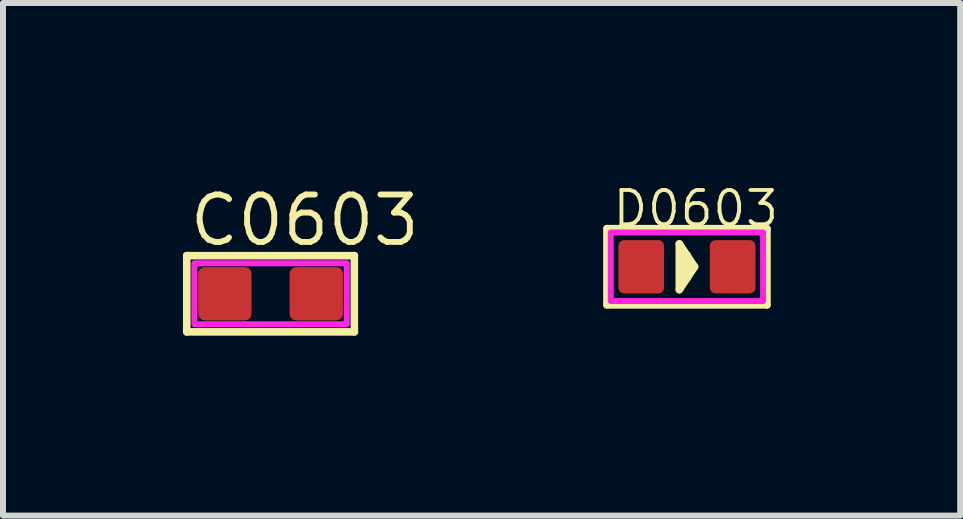
<source format=kicad_pcb>
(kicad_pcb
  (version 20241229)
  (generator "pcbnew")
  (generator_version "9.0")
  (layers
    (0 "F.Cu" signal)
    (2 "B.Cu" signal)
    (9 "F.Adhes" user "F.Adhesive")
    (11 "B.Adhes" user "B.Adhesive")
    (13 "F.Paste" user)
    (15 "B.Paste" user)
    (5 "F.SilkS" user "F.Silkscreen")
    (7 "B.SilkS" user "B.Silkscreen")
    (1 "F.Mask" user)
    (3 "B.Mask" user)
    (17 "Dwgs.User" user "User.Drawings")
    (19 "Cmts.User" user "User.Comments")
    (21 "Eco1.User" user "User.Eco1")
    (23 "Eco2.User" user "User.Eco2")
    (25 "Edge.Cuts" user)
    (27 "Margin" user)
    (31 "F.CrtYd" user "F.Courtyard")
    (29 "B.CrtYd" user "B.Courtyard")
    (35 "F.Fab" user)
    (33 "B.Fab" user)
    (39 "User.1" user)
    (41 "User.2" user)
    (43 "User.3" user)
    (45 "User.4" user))
  (footprint "D0603"
    (layer "F.Cu")
    (at 8.401 1.397)
    (property "Reference" "D0603" (at -1.27 -0.635 0) (layer "F.SilkS") (effects (font (size 0.572 0.572) (thickness 0.064)) (justify left bottom)))
    (fp_line (start -1.333 -0.635) (end 1.333 -0.635) (stroke (width 0.127) (type solid)) (layer "F.SilkS"))
    (fp_line (start -1.333 0.635) (end -1.333 -0.635) (stroke (width 0.127) (type solid)) (layer "F.SilkS"))
    (fp_line (start -0.127 -0.381) (end -0.127 0.381) (stroke (width 0.127) (type solid)) (layer "F.SilkS"))
    (fp_line (start -0.127 0.381) (end 0 0.191) (stroke (width 0.127) (type solid)) (layer "F.SilkS"))
    (fp_line (start -0.064 -0.254) (end -0.064 0.254) (stroke (width 0.127) (type solid)) (layer "F.SilkS"))
    (fp_line (start 0 -0.191) (end -0.127 -0.381) (stroke (width 0.127) (type solid)) (layer "F.SilkS"))
    (fp_line (start 0 -0.191) (end 0 0.191) (stroke (width 0.127) (type solid)) (layer "F.SilkS"))
    (fp_line (start 0 0.191) (end 0.127 0) (stroke (width 0.127) (type solid)) (layer "F.SilkS"))
    (fp_line (start 0.127 0) (end 0 -0.191) (stroke (width 0.127) (type solid)) (layer "F.SilkS"))
    (fp_line (start 1.333 -0.635) (end 1.333 0.635) (stroke (width 0.127) (type solid)) (layer "F.SilkS"))
    (fp_line (start 1.333 0.635) (end -1.333 0.635) (stroke (width 0.127) (type solid)) (layer "F.SilkS"))
    (fp_poly (pts (xy -1.27 0.572) (xy 1.27 0.572) (xy 1.27 -0.572) (xy -1.27 -0.572)) (stroke (width 0.1) (type default)) (fill no) (layer "F.CrtYd"))
    (pad "+" smd roundrect (at -0.762 0) (size 0.762 0.889) (layers "F.Cu" "F.Mask" "F.Paste") (roundrect_rratio 0.125))
    (pad "-" smd roundrect (at 0.762 0) (size 0.762 0.889) (layers "F.Cu" "F.Mask" "F.Paste") (roundrect_rratio 0.125)))
  (footprint "C0603"
    (layer "F.Cu")
    (at 1.46 1.847)
    (property "Reference" "C0603" (at -1.397 -0.762 0) (layer "F.SilkS") (effects (font (size 0.791 0.791) (thickness 0.098)) (justify left bottom)))
    (fp_line (start -1.397 -0.635) (end 1.397 -0.635) (stroke (width 0.127) (type solid)) (layer "F.SilkS"))
    (fp_line (start -1.397 0.635) (end -1.397 -0.635) (stroke (width 0.127) (type solid)) (layer "F.SilkS"))
    (fp_line (start 1.397 -0.635) (end 1.397 0.635) (stroke (width 0.127) (type solid)) (layer "F.SilkS"))
    (fp_line (start 1.397 0.635) (end -1.397 0.635) (stroke (width 0.127) (type solid)) (layer "F.SilkS"))
    (fp_poly (pts (xy -1.27 0.508) (xy 1.27 0.508) (xy 1.27 -0.508) (xy -1.27 -0.508)) (stroke (width 0.1) (type default)) (fill no) (layer "F.CrtYd"))
    (fp_text user "${REFERENCE}" (at -1.27 0.254 0) (layer "F.Mask") (effects (font (size 0.572 0.572) (thickness 0.064)) (justify left bottom)))
    (pad "1" smd roundrect (at -0.762 0) (size 0.889 0.889) (layers "F.Cu" "F.Mask" "F.Paste") (roundrect_rratio 0.125))
    (pad "2" smd roundrect (at 0.762 0) (size 0.889 0.889) (layers "F.Cu" "F.Mask" "F.Paste") (roundrect_rratio 0.125)))
  (gr_rect
    (start -3 -3)
    (end 12.956 5.545)
    (stroke (width 0.1) (type default))
    (fill no)
    (layer "Edge.Cuts")))
</source>
